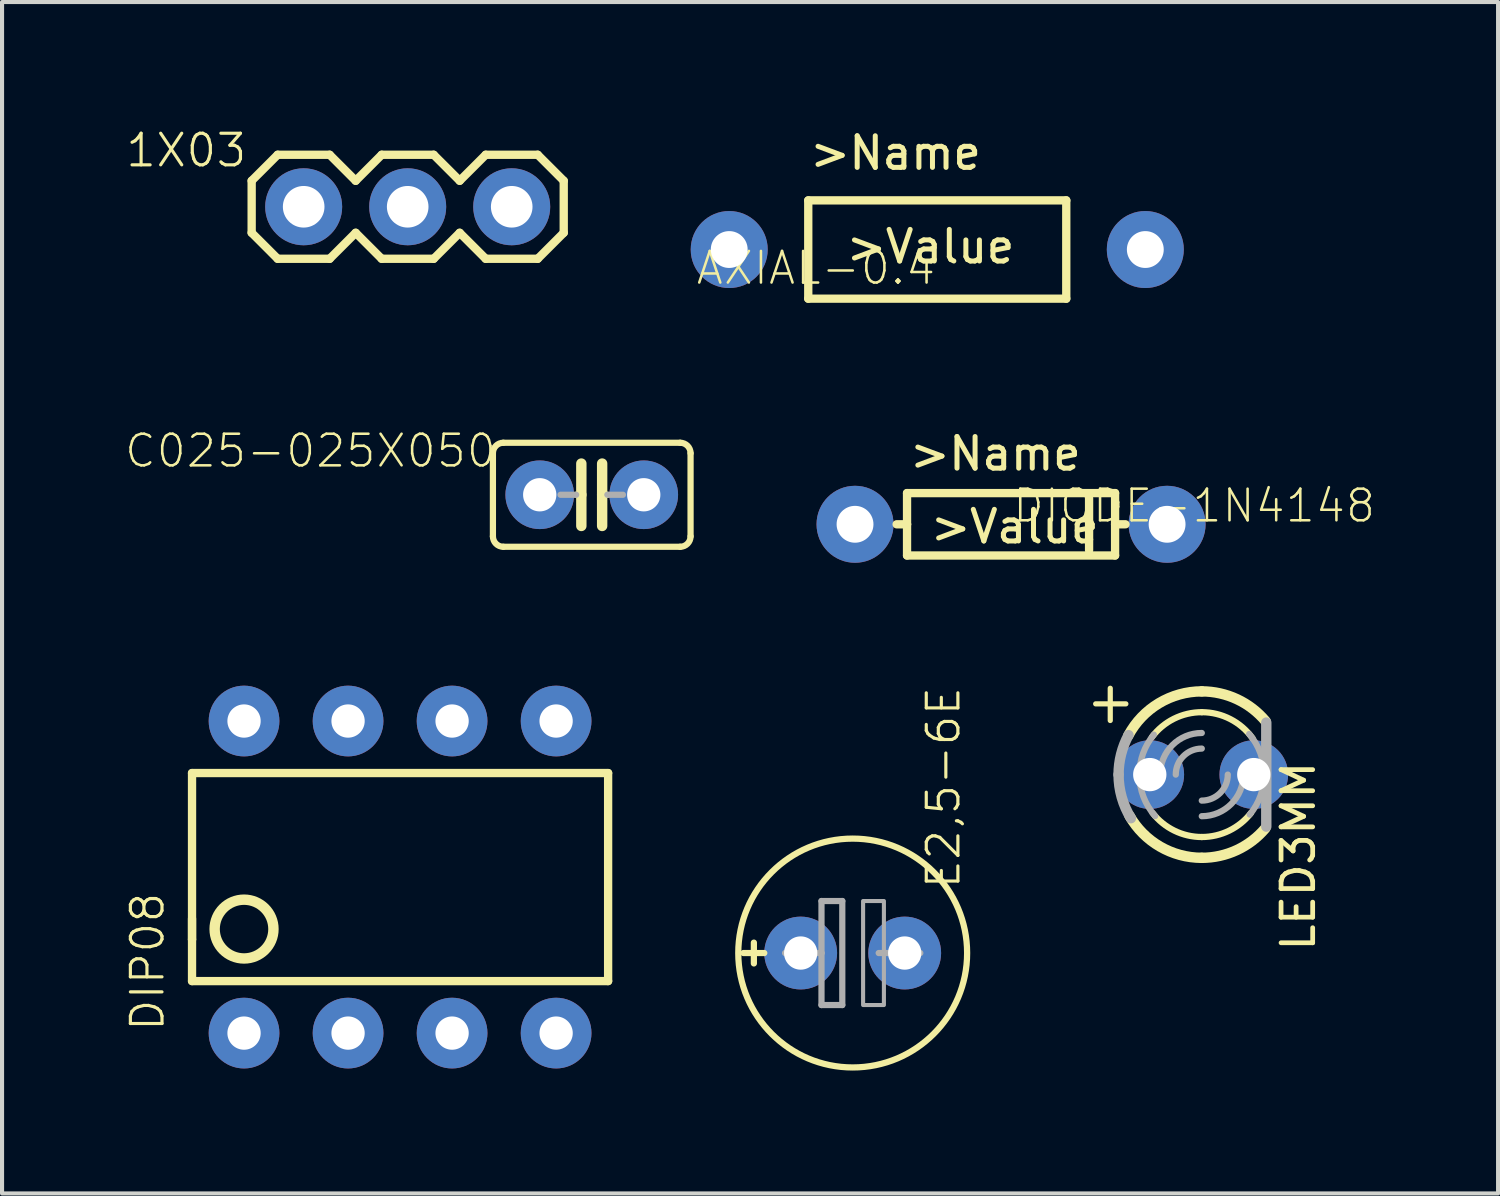
<source format=kicad_pcb>
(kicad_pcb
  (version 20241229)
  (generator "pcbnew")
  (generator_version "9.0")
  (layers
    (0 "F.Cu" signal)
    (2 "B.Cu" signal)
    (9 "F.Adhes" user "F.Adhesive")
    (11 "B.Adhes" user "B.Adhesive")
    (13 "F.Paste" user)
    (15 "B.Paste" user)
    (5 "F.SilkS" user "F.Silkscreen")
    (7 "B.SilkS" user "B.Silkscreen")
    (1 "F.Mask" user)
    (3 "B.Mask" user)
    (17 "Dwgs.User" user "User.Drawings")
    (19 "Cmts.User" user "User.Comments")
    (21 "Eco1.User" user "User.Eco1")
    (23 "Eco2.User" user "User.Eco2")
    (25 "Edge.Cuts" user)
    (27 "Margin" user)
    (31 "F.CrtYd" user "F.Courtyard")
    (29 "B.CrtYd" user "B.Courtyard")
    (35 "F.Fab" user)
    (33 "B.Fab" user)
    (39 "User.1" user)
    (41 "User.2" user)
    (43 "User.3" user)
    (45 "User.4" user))
  (footprint "AXIAL-0.4"
    (layer "F.Cu")
    (at 19.836 3.043)
    (property "Reference" "AXIAL-0.4" (at 0 0 180) (layer "F.SilkS") (effects (font (size 0.772 0.772) (thickness 0.062)) (justify right top)))
    (attr through_hole)
    (fp_line (start -3.15 -1.2) (end 3.15 -1.2) (stroke (width 0.203) (type solid)) (layer "F.SilkS"))
    (fp_line (start -3.15 1.2) (end -3.15 -1.2) (stroke (width 0.203) (type solid)) (layer "F.SilkS"))
    (fp_line (start 3.15 -1.2) (end 3.15 1.2) (stroke (width 0.203) (type solid)) (layer "F.SilkS"))
    (fp_line (start 3.15 1.2) (end -3.15 1.2) (stroke (width 0.203) (type solid)) (layer "F.SilkS"))
    (fp_text user ">Name" (at -3.175 -1.905 0) (layer "F.SilkS") (effects (font (size 0.772 0.772) (thickness 0.122)) (justify left bottom)))
    (fp_text user ">Value" (at -2.286 0.381 0) (layer "F.SilkS") (effects (font (size 0.772 0.772) (thickness 0.122)) (justify left bottom)))
    (pad "P$1" thru_hole circle (at -5.08 0) (size 1.88 1.88) (drill 0.9) (layers "*.Cu" "*.Mask"))
    (pad "P$2" thru_hole circle (at 5.08 0) (size 1.88 1.88) (drill 0.9) (layers "*.Cu" "*.Mask")))
  (footprint "1X03"
    (layer "F.Cu")
    (at 4.365 1.999)
    (property "Reference" "1X03" (at -1.346 -1.829 180) (layer "F.SilkS") (effects (font (size 0.772 0.772) (thickness 0.077)) (justify right top)))
    (attr through_hole)
    (fp_line (start -1.27 -0.635) (end -1.27 0.635) (stroke (width 0.203) (type solid)) (layer "F.SilkS"))
    (fp_line (start -1.27 0.635) (end -0.635 1.27) (stroke (width 0.203) (type solid)) (layer "F.SilkS"))
    (fp_line (start -0.635 -1.27) (end -1.27 -0.635) (stroke (width 0.203) (type solid)) (layer "F.SilkS"))
    (fp_line (start -0.635 -1.27) (end 0.635 -1.27) (stroke (width 0.203) (type solid)) (layer "F.SilkS"))
    (fp_line (start 0.635 -1.27) (end 1.27 -0.635) (stroke (width 0.203) (type solid)) (layer "F.SilkS"))
    (fp_line (start 0.635 1.27) (end -0.635 1.27) (stroke (width 0.203) (type solid)) (layer "F.SilkS"))
    (fp_line (start 1.27 -0.635) (end 1.905 -1.27) (stroke (width 0.203) (type solid)) (layer "F.SilkS"))
    (fp_line (start 1.27 0.635) (end 0.635 1.27) (stroke (width 0.203) (type solid)) (layer "F.SilkS"))
    (fp_line (start 1.905 -1.27) (end 3.175 -1.27) (stroke (width 0.203) (type solid)) (layer "F.SilkS"))
    (fp_line (start 1.905 1.27) (end 1.27 0.635) (stroke (width 0.203) (type solid)) (layer "F.SilkS"))
    (fp_line (start 3.175 -1.27) (end 3.81 -0.635) (stroke (width 0.203) (type solid)) (layer "F.SilkS"))
    (fp_line (start 3.175 1.27) (end 1.905 1.27) (stroke (width 0.203) (type solid)) (layer "F.SilkS"))
    (fp_line (start 3.81 -0.635) (end 4.445 -1.27) (stroke (width 0.203) (type solid)) (layer "F.SilkS"))
    (fp_line (start 3.81 0.635) (end 3.175 1.27) (stroke (width 0.203) (type solid)) (layer "F.SilkS"))
    (fp_line (start 4.445 -1.27) (end 5.715 -1.27) (stroke (width 0.203) (type solid)) (layer "F.SilkS"))
    (fp_line (start 4.445 1.27) (end 3.81 0.635) (stroke (width 0.203) (type solid)) (layer "F.SilkS"))
    (fp_line (start 5.715 -1.27) (end 6.35 -0.635) (stroke (width 0.203) (type solid)) (layer "F.SilkS"))
    (fp_line (start 5.715 1.27) (end 4.445 1.27) (stroke (width 0.203) (type solid)) (layer "F.SilkS"))
    (fp_line (start 6.35 -0.635) (end 6.35 0.635) (stroke (width 0.203) (type solid)) (layer "F.SilkS"))
    (fp_line (start 6.35 0.635) (end 5.715 1.27) (stroke (width 0.203) (type solid)) (layer "F.SilkS"))
    (fp_poly (pts (xy -0.254 0.254) (xy 0.254 0.254) (xy 0.254 -0.254) (xy -0.254 -0.254)) (stroke (width 0.1) (type solid)) (fill no) (layer "F.Fab"))
    (fp_poly (pts (xy 2.286 0.254) (xy 2.794 0.254) (xy 2.794 -0.254) (xy 2.286 -0.254)) (stroke (width 0.1) (type solid)) (fill no) (layer "F.Fab"))
    (fp_poly (pts (xy 4.826 0.254) (xy 5.334 0.254) (xy 5.334 -0.254) (xy 4.826 -0.254)) (stroke (width 0.1) (type solid)) (fill no) (layer "F.Fab"))
    (pad "1" thru_hole circle (at 0 0 90) (size 1.88 1.88) (drill 1.016) (layers "*.Cu" "*.Mask"))
    (pad "2" thru_hole circle (at 2.54 0 90) (size 1.88 1.88) (drill 1.016) (layers "*.Cu" "*.Mask"))
    (pad "3" thru_hole circle (at 5.08 0 90) (size 1.88 1.88) (drill 1.016) (layers "*.Cu" "*.Mask")))
  (footprint "DIODE-1N4148"
    (layer "F.Cu")
    (at 21.638 9.752)
    (property "Reference" "DIODE-1N4148" (at 0 0 0) (layer "F.SilkS") (effects (font (size 0.772 0.772) (thickness 0.062)) (justify left bottom)))
    (attr through_hole)
    (fp_line (start -2.54 -0.762) (end 2.54 -0.762) (stroke (width 0.203) (type solid)) (layer "F.SilkS"))
    (fp_line (start -2.54 0) (end -2.794 0) (stroke (width 0.203) (type solid)) (layer "F.SilkS"))
    (fp_line (start -2.54 0) (end -2.54 -0.762) (stroke (width 0.203) (type solid)) (layer "F.SilkS"))
    (fp_line (start -2.54 0.762) (end -2.54 0) (stroke (width 0.203) (type solid)) (layer "F.SilkS"))
    (fp_line (start 1.905 -0.635) (end 1.905 0.635) (stroke (width 0.203) (type solid)) (layer "F.SilkS"))
    (fp_line (start 2.54 -0.762) (end 2.54 0) (stroke (width 0.203) (type solid)) (layer "F.SilkS"))
    (fp_line (start 2.54 0) (end 2.54 0.762) (stroke (width 0.203) (type solid)) (layer "F.SilkS"))
    (fp_line (start 2.54 0) (end 2.794 0) (stroke (width 0.203) (type solid)) (layer "F.SilkS"))
    (fp_line (start 2.54 0.762) (end -2.54 0.762) (stroke (width 0.203) (type solid)) (layer "F.SilkS"))
    (fp_text user ">Value" (at -2.032 0.508 0) (layer "F.SilkS") (effects (font (size 0.772 0.772) (thickness 0.122)) (justify left bottom)))
    (fp_text user ">Name" (at -2.54 -1.27 0) (layer "F.SilkS") (effects (font (size 0.772 0.772) (thickness 0.122)) (justify left bottom)))
    (pad "A" thru_hole circle (at -3.81 0) (size 1.88 1.88) (drill 0.9) (layers "*.Cu" "*.Mask"))
    (pad "C" thru_hole circle (at 3.81 0) (size 1.88 1.88) (drill 0.9) (layers "*.Cu" "*.Mask")))
  (footprint "LED3MM"
    (layer "F.Cu")
    (at 26.295 15.864)
    (property "Reference" "LED3MM" (at 1.905 -0.381 270) (layer "F.SilkS") (effects (font (size 0.772 0.772) (thickness 0.116)) (justify right top)))
    (attr through_hole)
    (fp_line (start -2.591 -1.727) (end -1.854 -1.727) (stroke (width 0.127) (type solid)) (layer "F.SilkS"))
    (fp_line (start -2.235 -1.321) (end -2.235 -2.108) (stroke (width 0.127) (type solid)) (layer "F.SilkS"))
    (fp_arc (start -1.7929 -0.9562) (mid -1.045438 -1.7424) (end 0 -2.032) (stroke (width 0.254) (type solid)) (layer "F.SilkS"))
    (fp_arc (start -1.2192 -0.9144) (mid -0.681554 -1.363107) (end 0 -1.524) (stroke (width 0.1524) (type solid)) (layer "F.SilkS"))
    (fp_arc (start 0 -2.032) (mid 0.861864 -1.840173) (end 1.561 -1.3009) (stroke (width 0.254) (type solid)) (layer "F.SilkS"))
    (fp_arc (start 0 -1.524) (mid 0.697339 -1.355082) (end 1.2401 -0.885801) (stroke (width 0.1524) (type solid)) (layer "F.SilkS"))
    (fp_arc (start 0 1.524) (mid -0.669593 1.369018) (end -1.203 0.9356) (stroke (width 0.1524) (type solid)) (layer "F.SilkS"))
    (fp_arc (start 0 2.032) (mid -1.019924 1.757525) (end -1.7643 1.0082) (stroke (width 0.254) (type solid)) (layer "F.SilkS"))
    (fp_arc (start 1.203 0.9356) (mid 0.669593 1.369018) (end 0 1.524) (stroke (width 0.1524) (type solid)) (layer "F.SilkS"))
    (fp_arc (start 1.5512 1.3126) (mid 0.854953 1.843405) (end 0 2.032) (stroke (width 0.254) (type solid)) (layer "F.SilkS"))
    (fp_line (start 1.575 1.27) (end 1.575 -1.27) (stroke (width 0.254) (type solid)) (layer "F.Fab"))
    (fp_arc (start -2.032 0) (mid -1.970339 -0.496775) (end -1.7891 -0.9634) (stroke (width 0.254) (type solid)) (layer "F.Fab"))
    (fp_arc (start -1.7306 1.065) (mid -1.95521 0.553417) (end -2.032 0) (stroke (width 0.254) (type solid)) (layer "F.Fab"))
    (fp_arc (start -1.524 0) (mid -1.432981 -0.518783) (end -1.1708 -0.9756) (stroke (width 0.1524) (type solid)) (layer "F.Fab"))
    (fp_arc (start -1.1391 1.0125) (mid -1.42454 0.5416) (end -1.524 0) (stroke (width 0.1524) (type solid)) (layer "F.Fab"))
    (fp_arc (start -1.016 0) (mid -0.71842 -0.71842) (end 0 -1.016) (stroke (width 0.1524) (type solid)) (layer "F.Fab"))
    (fp_arc (start -0.635 0) (mid -0.449013 -0.449013) (end 0 -0.635) (stroke (width 0.1524) (type solid)) (layer "F.Fab"))
    (fp_arc (start 0.635 0) (mid 0.449013 0.449013) (end 0 0.635) (stroke (width 0.1524) (type solid)) (layer "F.Fab"))
    (fp_arc (start 1.016 0) (mid 0.71842 0.71842) (end 0 1.016) (stroke (width 0.1524) (type solid)) (layer "F.Fab"))
    (fp_arc (start 1.1571 -0.9918) (mid 1.429332 -0.528744) (end 1.524 0) (stroke (width 0.1524) (type solid)) (layer "F.Fab"))
    (fp_arc (start 1.524 0) (mid 1.432981 0.518783) (end 1.1708 0.9756) (stroke (width 0.1524) (type solid)) (layer "F.Fab"))
    (pad "A" thru_hole circle (at -1.27 0) (size 1.676 1.676) (drill 0.813) (layers "*.Cu" "*.Mask"))
    (pad "K" thru_hole circle (at 1.27 0) (size 1.676 1.676) (drill 0.813) (layers "*.Cu" "*.Mask")))
  (footprint "E2,5-6E"
    (layer "F.Cu")
    (at 17.771 20.221)
    (property "Reference" "E2,5-6E" (at 2.667 -1.524 90) (layer "F.SilkS") (effects (font (size 0.772 0.772) (thickness 0.077)) (justify left bottom)))
    (attr through_hole)
    (fp_line (start -2.413 0.254) (end -2.413 -0.254) (stroke (width 0.152) (type solid)) (layer "F.SilkS"))
    (fp_line (start -2.159 0) (end -2.667 0) (stroke (width 0.152) (type solid)) (layer "F.SilkS"))
    (fp_circle (center 0 0) (end 2.794 0) (stroke (width 0.152) (type solid)) (fill no) (layer "F.SilkS"))
    (fp_line (start -1.651 0) (end -0.762 0) (stroke (width 0.152) (type solid)) (layer "F.Fab"))
    (fp_line (start -0.762 -1.27) (end -0.762 0) (stroke (width 0.152) (type solid)) (layer "F.Fab"))
    (fp_line (start -0.762 0) (end -0.762 1.27) (stroke (width 0.152) (type solid)) (layer "F.Fab"))
    (fp_line (start -0.762 1.27) (end -0.254 1.27) (stroke (width 0.152) (type solid)) (layer "F.Fab"))
    (fp_line (start -0.254 -1.27) (end -0.762 -1.27) (stroke (width 0.152) (type solid)) (layer "F.Fab"))
    (fp_line (start -0.254 1.27) (end -0.254 -1.27) (stroke (width 0.152) (type solid)) (layer "F.Fab"))
    (fp_line (start 0.635 0) (end 1.651 0) (stroke (width 0.152) (type solid)) (layer "F.Fab"))
    (fp_poly (pts (xy 0.254 1.27) (xy 0.762 1.27) (xy 0.762 -1.27) (xy 0.254 -1.27)) (stroke (width 0.1) (type solid)) (fill no) (layer "F.Fab"))
    (pad "+" thru_hole circle (at -1.27 0) (size 1.778 1.778) (drill 0.813) (layers "*.Cu" "*.Mask"))
    (pad "-" thru_hole circle (at 1.27 0) (size 1.778 1.778) (drill 0.813) (layers "*.Cu" "*.Mask")))
  (footprint "C025-025X050"
    (layer "F.Cu")
    (at 11.399 9.031)
    (property "Reference" "C025-025X050" (at -2.286 -1.524 0) (layer "F.SilkS") (effects (font (size 0.772 0.772) (thickness 0.062)) (justify right top)))
    (attr through_hole)
    (fp_line (start -2.413 -1.016) (end -2.413 1.016) (stroke (width 0.152) (type solid)) (layer "F.SilkS"))
    (fp_line (start -2.159 -1.27) (end 2.159 -1.27) (stroke (width 0.152) (type solid)) (layer "F.SilkS"))
    (fp_line (start -0.254 -0.762) (end -0.254 0) (stroke (width 0.254) (type solid)) (layer "F.SilkS"))
    (fp_line (start -0.254 0) (end -0.381 0) (stroke (width 0.152) (type solid)) (layer "F.SilkS"))
    (fp_line (start -0.254 0) (end -0.254 0.762) (stroke (width 0.254) (type solid)) (layer "F.SilkS"))
    (fp_line (start 0.254 0) (end 0.254 -0.762) (stroke (width 0.254) (type solid)) (layer "F.SilkS"))
    (fp_line (start 0.254 0) (end 0.254 0.762) (stroke (width 0.254) (type solid)) (layer "F.SilkS"))
    (fp_line (start 0.381 0) (end 0.254 0) (stroke (width 0.152) (type solid)) (layer "F.SilkS"))
    (fp_line (start 2.159 1.27) (end -2.159 1.27) (stroke (width 0.152) (type solid)) (layer "F.SilkS"))
    (fp_line (start 2.413 -1.016) (end 2.413 1.016) (stroke (width 0.152) (type solid)) (layer "F.SilkS"))
    (fp_arc (start -2.413 -1.016) (mid -2.338605 -1.195605) (end -2.159 -1.27) (stroke (width 0.1524) (type solid)) (layer "F.SilkS"))
    (fp_arc (start -2.159 1.27) (mid -2.338605 1.195605) (end -2.413 1.016) (stroke (width 0.1524) (type solid)) (layer "F.SilkS"))
    (fp_arc (start 2.159 -1.27) (mid 2.338605 -1.195605) (end 2.413 -1.016) (stroke (width 0.1524) (type solid)) (layer "F.SilkS"))
    (fp_arc (start 2.413 1.016) (mid 2.338605 1.195605) (end 2.159 1.27) (stroke (width 0.1524) (type solid)) (layer "F.SilkS"))
    (fp_line (start -0.381 0) (end -0.762 0) (stroke (width 0.152) (type solid)) (layer "F.Fab"))
    (fp_line (start 0.762 0) (end 0.381 0) (stroke (width 0.152) (type solid)) (layer "F.Fab"))
    (pad "1" thru_hole circle (at -1.27 0) (size 1.676 1.676) (drill 0.813) (layers "*.Cu" "*.Mask"))
    (pad "2" thru_hole circle (at 1.27 0) (size 1.676 1.676) (drill 0.813) (layers "*.Cu" "*.Mask")))
  (footprint "DIP08"
    (layer "F.Cu")
    (at 6.719 18.366)
    (property "Reference" "DIP08" (at -5.715 3.81 270) (layer "F.SilkS") (effects (font (size 0.772 0.772) (thickness 0.077)) (justify left bottom)))
    (attr through_hole)
    (fp_line (start -5.08 -2.54) (end -5.08 1.524) (stroke (width 0.203) (type solid)) (layer "F.SilkS"))
    (fp_line (start -5.08 -2.54) (end 5.08 -2.54) (stroke (width 0.203) (type solid)) (layer "F.SilkS"))
    (fp_line (start -5.08 1.524) (end -5.08 1.016) (stroke (width 0.203) (type solid)) (layer "F.SilkS"))
    (fp_line (start -5.08 2.54) (end -5.08 1.524) (stroke (width 0.203) (type solid)) (layer "F.SilkS"))
    (fp_line (start -5.08 2.54) (end 5.08 2.54) (stroke (width 0.203) (type solid)) (layer "F.SilkS"))
    (fp_line (start 5.08 -2.54) (end 5.08 2.54) (stroke (width 0.203) (type solid)) (layer "F.SilkS"))
    (fp_circle (center -3.81 1.27) (end -3.092 1.27) (stroke (width 0.254) (type solid)) (fill no) (layer "F.SilkS"))
    (pad "1" thru_hole circle (at -3.81 3.81) (size 1.727 1.727) (drill 0.813) (layers "*.Cu" "*.Mask"))
    (pad "2" thru_hole circle (at -1.27 3.81) (size 1.727 1.727) (drill 0.813) (layers "*.Cu" "*.Mask"))
    (pad "3" thru_hole circle (at 1.27 3.81) (size 1.727 1.727) (drill 0.813) (layers "*.Cu" "*.Mask"))
    (pad "4" thru_hole circle (at 3.81 3.81) (size 1.727 1.727) (drill 0.813) (layers "*.Cu" "*.Mask"))
    (pad "5" thru_hole circle (at 3.81 -3.81) (size 1.727 1.727) (drill 0.813) (layers "*.Cu" "*.Mask"))
    (pad "6" thru_hole circle (at 1.27 -3.81) (size 1.727 1.727) (drill 0.813) (layers "*.Cu" "*.Mask"))
    (pad "7" thru_hole circle (at -1.27 -3.81) (size 1.727 1.727) (drill 0.813) (layers "*.Cu" "*.Mask"))
    (pad "8" thru_hole circle (at -3.81 -3.81) (size 1.727 1.727) (drill 0.813) (layers "*.Cu" "*.Mask")))
  (gr_rect
    (start -3 -3)
    (end 33.53 26.091)
    (stroke (width 0.1) (type default))
    (fill no)
    (layer "Edge.Cuts")))
</source>
